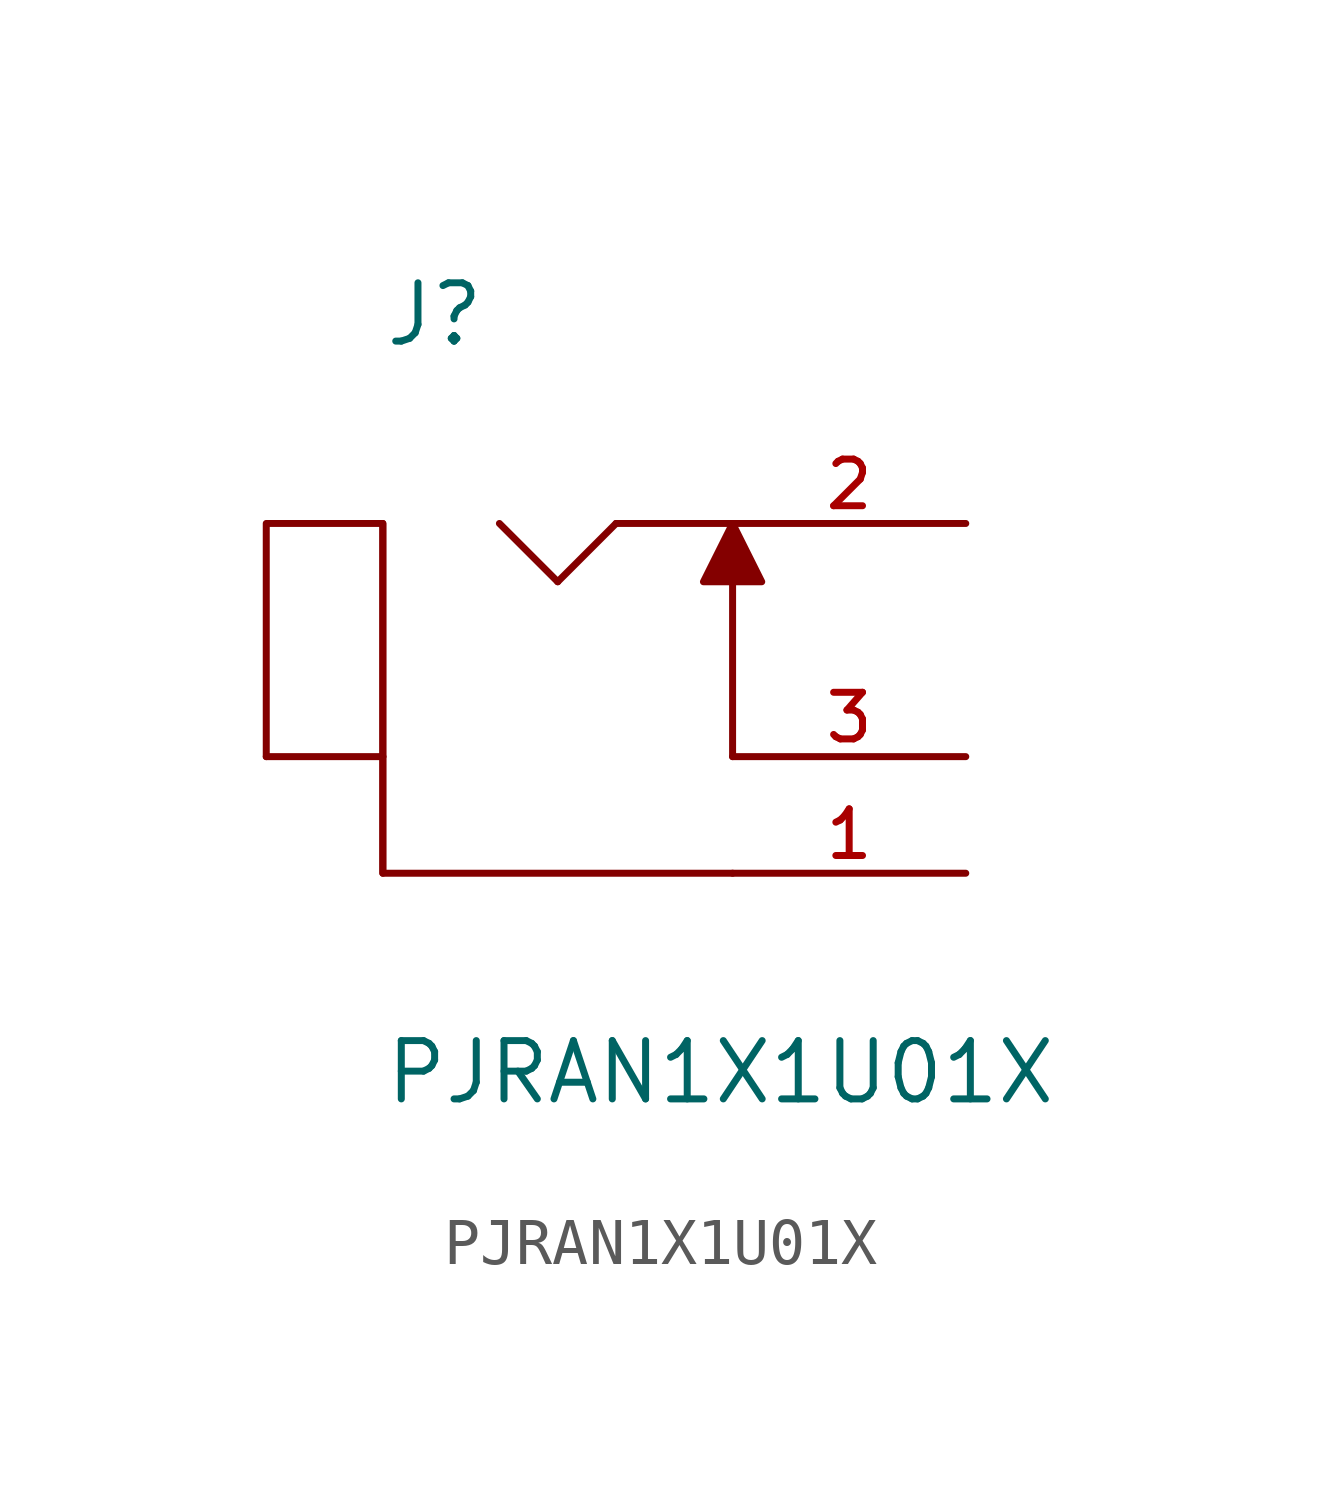
<source format=kicad_sym>
(kicad_symbol_lib
  (version 20220914)
  (generator kicad_symbol_editor)
  (symbol "PJRAN1X1U01X"
    (pin_names
      (offset 1.016))
    (property "Reference" "J"
      (at -5.08 8.89 0)
      (effects (font (size 1.27 1.27)) (justify left bottom)))
    (property "Value" "PJRAN1X1U01X"
      (at -5.08 -7.62 0)
      (effects (font (size 1.27 1.27)) (justify left bottom)))
    (symbol "PJRAN1X1U01X_0_0"
      (polyline (pts (xy -5.08 0) (xy -7.62 0)) (stroke (width 0.152) (type default)) (fill (type none)))
      (polyline (pts (xy -5.08 0) (xy -5.08 -2.54)) (stroke (width 0.152) (type default)) (fill (type none)))
      (polyline (pts (xy -5.08 5.08) (xy -5.08 0)) (stroke (width 0.152) (type default)) (fill (type none)))
      (polyline (pts (xy -2.54 5.08) (xy -1.27 3.81)) (stroke (width 0.152) (type default)) (fill (type none)))
      (polyline (pts (xy -1.27 3.81) (xy 0 5.08)) (stroke (width 0.152) (type default)) (fill (type none)))
      (polyline (pts (xy 1.905 3.81) (xy 2.54 5.08) (xy 3.175 3.81) (xy 1.905 3.81)) (stroke (width 0.152) (type default)) (fill (type outline)))
      (pin passive line (at 7.62 -2.54 180) (length 5.08) (name "~" (effects (font (size 1.016 1.016)))) (number "1" (effects (font (size 1.016 1.016)))))
      (pin passive line (at 7.62 5.08 180) (length 5.08) (name "~" (effects (font (size 1.016 1.016)))) (number "2" (effects (font (size 1.016 1.016)))))
      (pin passive line (at 7.62 0 180) (length 5.08) (name "~" (effects (font (size 1.016 1.016)))) (number "3" (effects (font (size 1.016 1.016))))))
    (symbol "PJRAN1X1U01X_1_0"
      (polyline (pts (xy 0 5.08) (xy 2.54 5.08)) (stroke (width 0) (type default)) (fill (type none)))
      (polyline (pts (xy 2.54 3.81) (xy 2.54 0)) (stroke (width 0) (type default)) (fill (type none)))
      (polyline (pts (xy 2.54 -2.54) (xy -5.08 -2.54) (xy -5.08 5.08) (xy -7.62 5.08) (xy -7.62 0)) (stroke (width 0) (type default)) (fill (type none))))))
</source>
